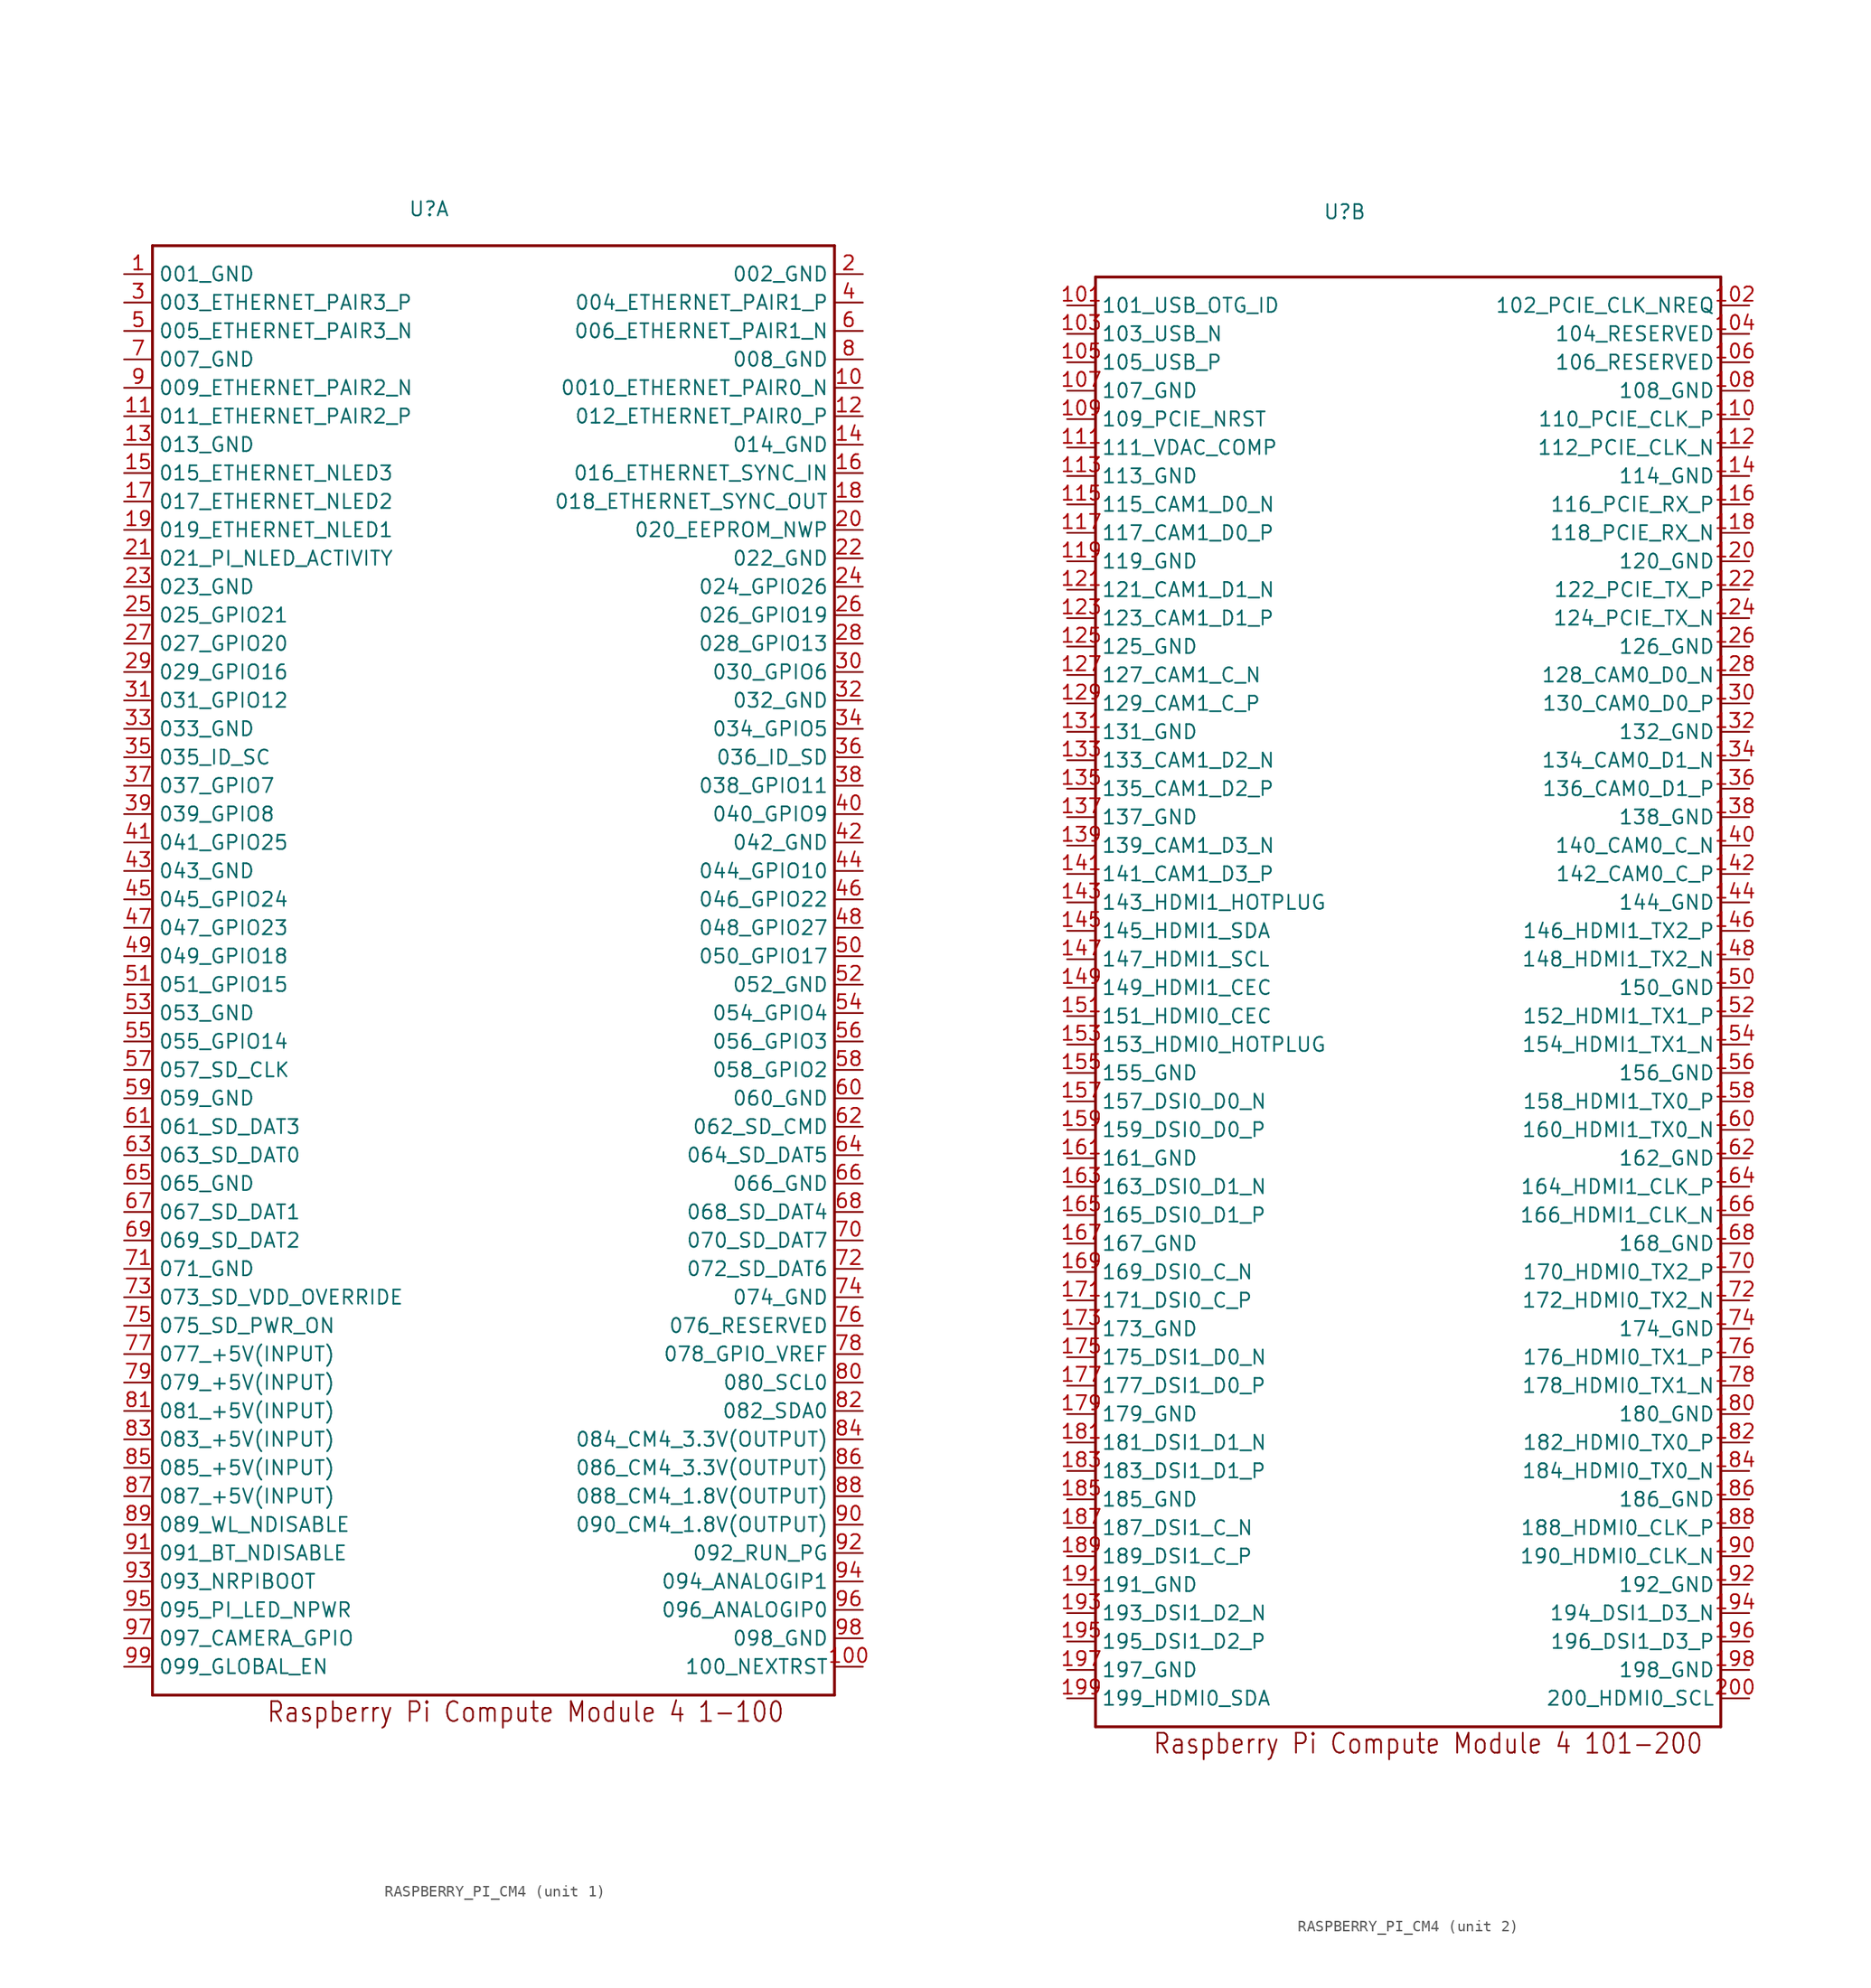
<source format=kicad_sym>
(kicad_symbol_lib
  (version 20211014)
  (generator kicad_symbol_editor)
  (symbol "RASPBERRY_PI_CM4"
    (pin_names)
    (property "Reference" "U"
      (at -7.62 68.58 0)
      (effects (font (size 1.27 1.27)) (justify left bottom)))
    (property "Datasheet" ""
      (at 0 0 0))
    (property "ki_fp_filters" "FlashPCB_DevBoards:RASPBERRY_PI_CM4"
      (at 0 0 0))
    (symbol "RASPBERRY_PI_CM4_1_1"
      (text "Raspberry Pi Compute Module 4 1-100" (at -20.32 -66.04 0) (effects (font (size 1.778 1.52)) (justify left bottom)))
      (polyline (pts (xy -30.48 -63.5) (xy -30.48 66.04)) (stroke (width 0.254)) (fill (type none)))
      (polyline (pts (xy -30.48 66.04) (xy 30.48 66.04)) (stroke (width 0.254)) (fill (type none)))
      (polyline (pts (xy 30.48 66.04) (xy 30.48 -63.5)) (stroke (width 0.254)) (fill (type none)))
      (polyline (pts (xy 30.48 -63.5) (xy -30.48 -63.5)) (stroke (width 0.254)) (fill (type none)))
      (pin bidirectional line (at -33.02 63.5 0) (length 2.54) (name "001_GND" (effects (font (size 1.27 1.27)))) (number "1" (effects (font (size 1.27 1.27)))))
      (pin bidirectional line (at 33.02 63.5 180) (length 2.54) (name "002_GND" (effects (font (size 1.27 1.27)))) (number "2" (effects (font (size 1.27 1.27)))))
      (pin bidirectional line (at -33.02 60.96 0) (length 2.54) (name "003_ETHERNET_PAIR3_P" (effects (font (size 1.27 1.27)))) (number "3" (effects (font (size 1.27 1.27)))))
      (pin bidirectional line (at 33.02 60.96 180) (length 2.54) (name "004_ETHERNET_PAIR1_P" (effects (font (size 1.27 1.27)))) (number "4" (effects (font (size 1.27 1.27)))))
      (pin bidirectional line (at -33.02 58.42 0) (length 2.54) (name "005_ETHERNET_PAIR3_N" (effects (font (size 1.27 1.27)))) (number "5" (effects (font (size 1.27 1.27)))))
      (pin bidirectional line (at 33.02 58.42 180) (length 2.54) (name "006_ETHERNET_PAIR1_N" (effects (font (size 1.27 1.27)))) (number "6" (effects (font (size 1.27 1.27)))))
      (pin bidirectional line (at -33.02 55.88 0) (length 2.54) (name "007_GND" (effects (font (size 1.27 1.27)))) (number "7" (effects (font (size 1.27 1.27)))))
      (pin bidirectional line (at 33.02 55.88 180) (length 2.54) (name "008_GND" (effects (font (size 1.27 1.27)))) (number "8" (effects (font (size 1.27 1.27)))))
      (pin bidirectional line (at -33.02 53.34 0) (length 2.54) (name "009_ETHERNET_PAIR2_N" (effects (font (size 1.27 1.27)))) (number "9" (effects (font (size 1.27 1.27)))))
      (pin bidirectional line (at 33.02 53.34 180) (length 2.54) (name "0010_ETHERNET_PAIR0_N" (effects (font (size 1.27 1.27)))) (number "10" (effects (font (size 1.27 1.27)))))
      (pin bidirectional line (at -33.02 50.8 0) (length 2.54) (name "011_ETHERNET_PAIR2_P" (effects (font (size 1.27 1.27)))) (number "11" (effects (font (size 1.27 1.27)))))
      (pin bidirectional line (at 33.02 50.8 180) (length 2.54) (name "012_ETHERNET_PAIR0_P" (effects (font (size 1.27 1.27)))) (number "12" (effects (font (size 1.27 1.27)))))
      (pin bidirectional line (at -33.02 48.26 0) (length 2.54) (name "013_GND" (effects (font (size 1.27 1.27)))) (number "13" (effects (font (size 1.27 1.27)))))
      (pin bidirectional line (at 33.02 48.26 180) (length 2.54) (name "014_GND" (effects (font (size 1.27 1.27)))) (number "14" (effects (font (size 1.27 1.27)))))
      (pin bidirectional line (at -33.02 45.72 0) (length 2.54) (name "015_ETHERNET_NLED3" (effects (font (size 1.27 1.27)))) (number "15" (effects (font (size 1.27 1.27)))))
      (pin bidirectional line (at 33.02 45.72 180) (length 2.54) (name "016_ETHERNET_SYNC_IN" (effects (font (size 1.27 1.27)))) (number "16" (effects (font (size 1.27 1.27)))))
      (pin bidirectional line (at -33.02 43.18 0) (length 2.54) (name "017_ETHERNET_NLED2" (effects (font (size 1.27 1.27)))) (number "17" (effects (font (size 1.27 1.27)))))
      (pin bidirectional line (at 33.02 43.18 180) (length 2.54) (name "018_ETHERNET_SYNC_OUT" (effects (font (size 1.27 1.27)))) (number "18" (effects (font (size 1.27 1.27)))))
      (pin bidirectional line (at -33.02 40.64 0) (length 2.54) (name "019_ETHERNET_NLED1" (effects (font (size 1.27 1.27)))) (number "19" (effects (font (size 1.27 1.27)))))
      (pin bidirectional line (at 33.02 40.64 180) (length 2.54) (name "020_EEPROM_NWP" (effects (font (size 1.27 1.27)))) (number "20" (effects (font (size 1.27 1.27)))))
      (pin bidirectional line (at -33.02 38.1 0) (length 2.54) (name "021_PI_NLED_ACTIVITY" (effects (font (size 1.27 1.27)))) (number "21" (effects (font (size 1.27 1.27)))))
      (pin bidirectional line (at 33.02 38.1 180) (length 2.54) (name "022_GND" (effects (font (size 1.27 1.27)))) (number "22" (effects (font (size 1.27 1.27)))))
      (pin bidirectional line (at -33.02 35.56 0) (length 2.54) (name "023_GND" (effects (font (size 1.27 1.27)))) (number "23" (effects (font (size 1.27 1.27)))))
      (pin bidirectional line (at 33.02 35.56 180) (length 2.54) (name "024_GPIO26" (effects (font (size 1.27 1.27)))) (number "24" (effects (font (size 1.27 1.27)))))
      (pin bidirectional line (at -33.02 33.02 0) (length 2.54) (name "025_GPIO21" (effects (font (size 1.27 1.27)))) (number "25" (effects (font (size 1.27 1.27)))))
      (pin bidirectional line (at 33.02 33.02 180) (length 2.54) (name "026_GPIO19" (effects (font (size 1.27 1.27)))) (number "26" (effects (font (size 1.27 1.27)))))
      (pin bidirectional line (at -33.02 30.48 0) (length 2.54) (name "027_GPIO20" (effects (font (size 1.27 1.27)))) (number "27" (effects (font (size 1.27 1.27)))))
      (pin bidirectional line (at 33.02 30.48 180) (length 2.54) (name "028_GPIO13" (effects (font (size 1.27 1.27)))) (number "28" (effects (font (size 1.27 1.27)))))
      (pin bidirectional line (at -33.02 27.94 0) (length 2.54) (name "029_GPIO16" (effects (font (size 1.27 1.27)))) (number "29" (effects (font (size 1.27 1.27)))))
      (pin bidirectional line (at 33.02 27.94 180) (length 2.54) (name "030_GPIO6" (effects (font (size 1.27 1.27)))) (number "30" (effects (font (size 1.27 1.27)))))
      (pin bidirectional line (at -33.02 25.4 0) (length 2.54) (name "031_GPIO12" (effects (font (size 1.27 1.27)))) (number "31" (effects (font (size 1.27 1.27)))))
      (pin bidirectional line (at 33.02 25.4 180) (length 2.54) (name "032_GND" (effects (font (size 1.27 1.27)))) (number "32" (effects (font (size 1.27 1.27)))))
      (pin bidirectional line (at -33.02 22.86 0) (length 2.54) (name "033_GND" (effects (font (size 1.27 1.27)))) (number "33" (effects (font (size 1.27 1.27)))))
      (pin bidirectional line (at 33.02 22.86 180) (length 2.54) (name "034_GPIO5" (effects (font (size 1.27 1.27)))) (number "34" (effects (font (size 1.27 1.27)))))
      (pin bidirectional line (at -33.02 20.32 0) (length 2.54) (name "035_ID_SC" (effects (font (size 1.27 1.27)))) (number "35" (effects (font (size 1.27 1.27)))))
      (pin bidirectional line (at 33.02 20.32 180) (length 2.54) (name "036_ID_SD" (effects (font (size 1.27 1.27)))) (number "36" (effects (font (size 1.27 1.27)))))
      (pin bidirectional line (at -33.02 17.78 0) (length 2.54) (name "037_GPIO7" (effects (font (size 1.27 1.27)))) (number "37" (effects (font (size 1.27 1.27)))))
      (pin bidirectional line (at 33.02 17.78 180) (length 2.54) (name "038_GPIO11" (effects (font (size 1.27 1.27)))) (number "38" (effects (font (size 1.27 1.27)))))
      (pin bidirectional line (at -33.02 15.24 0) (length 2.54) (name "039_GPIO8" (effects (font (size 1.27 1.27)))) (number "39" (effects (font (size 1.27 1.27)))))
      (pin bidirectional line (at 33.02 15.24 180) (length 2.54) (name "040_GPIO9" (effects (font (size 1.27 1.27)))) (number "40" (effects (font (size 1.27 1.27)))))
      (pin bidirectional line (at -33.02 12.7 0) (length 2.54) (name "041_GPIO25" (effects (font (size 1.27 1.27)))) (number "41" (effects (font (size 1.27 1.27)))))
      (pin bidirectional line (at 33.02 12.7 180) (length 2.54) (name "042_GND" (effects (font (size 1.27 1.27)))) (number "42" (effects (font (size 1.27 1.27)))))
      (pin bidirectional line (at -33.02 10.16 0) (length 2.54) (name "043_GND" (effects (font (size 1.27 1.27)))) (number "43" (effects (font (size 1.27 1.27)))))
      (pin bidirectional line (at 33.02 10.16 180) (length 2.54) (name "044_GPIO10" (effects (font (size 1.27 1.27)))) (number "44" (effects (font (size 1.27 1.27)))))
      (pin bidirectional line (at -33.02 7.62 0) (length 2.54) (name "045_GPIO24" (effects (font (size 1.27 1.27)))) (number "45" (effects (font (size 1.27 1.27)))))
      (pin bidirectional line (at 33.02 7.62 180) (length 2.54) (name "046_GPIO22" (effects (font (size 1.27 1.27)))) (number "46" (effects (font (size 1.27 1.27)))))
      (pin bidirectional line (at -33.02 5.08 0) (length 2.54) (name "047_GPIO23" (effects (font (size 1.27 1.27)))) (number "47" (effects (font (size 1.27 1.27)))))
      (pin bidirectional line (at 33.02 5.08 180) (length 2.54) (name "048_GPIO27" (effects (font (size 1.27 1.27)))) (number "48" (effects (font (size 1.27 1.27)))))
      (pin bidirectional line (at -33.02 2.54 0) (length 2.54) (name "049_GPIO18" (effects (font (size 1.27 1.27)))) (number "49" (effects (font (size 1.27 1.27)))))
      (pin bidirectional line (at 33.02 2.54 180) (length 2.54) (name "050_GPIO17" (effects (font (size 1.27 1.27)))) (number "50" (effects (font (size 1.27 1.27)))))
      (pin bidirectional line (at -33.02 0 0) (length 2.54) (name "051_GPIO15" (effects (font (size 1.27 1.27)))) (number "51" (effects (font (size 1.27 1.27)))))
      (pin bidirectional line (at 33.02 0 180) (length 2.54) (name "052_GND" (effects (font (size 1.27 1.27)))) (number "52" (effects (font (size 1.27 1.27)))))
      (pin bidirectional line (at -33.02 -2.54 0) (length 2.54) (name "053_GND" (effects (font (size 1.27 1.27)))) (number "53" (effects (font (size 1.27 1.27)))))
      (pin bidirectional line (at 33.02 -2.54 180) (length 2.54) (name "054_GPIO4" (effects (font (size 1.27 1.27)))) (number "54" (effects (font (size 1.27 1.27)))))
      (pin bidirectional line (at -33.02 -5.08 0) (length 2.54) (name "055_GPIO14" (effects (font (size 1.27 1.27)))) (number "55" (effects (font (size 1.27 1.27)))))
      (pin bidirectional line (at 33.02 -5.08 180) (length 2.54) (name "056_GPIO3" (effects (font (size 1.27 1.27)))) (number "56" (effects (font (size 1.27 1.27)))))
      (pin bidirectional line (at -33.02 -7.62 0) (length 2.54) (name "057_SD_CLK" (effects (font (size 1.27 1.27)))) (number "57" (effects (font (size 1.27 1.27)))))
      (pin bidirectional line (at 33.02 -7.62 180) (length 2.54) (name "058_GPIO2" (effects (font (size 1.27 1.27)))) (number "58" (effects (font (size 1.27 1.27)))))
      (pin bidirectional line (at -33.02 -10.16 0) (length 2.54) (name "059_GND" (effects (font (size 1.27 1.27)))) (number "59" (effects (font (size 1.27 1.27)))))
      (pin bidirectional line (at 33.02 -10.16 180) (length 2.54) (name "060_GND" (effects (font (size 1.27 1.27)))) (number "60" (effects (font (size 1.27 1.27)))))
      (pin bidirectional line (at -33.02 -12.7 0) (length 2.54) (name "061_SD_DAT3" (effects (font (size 1.27 1.27)))) (number "61" (effects (font (size 1.27 1.27)))))
      (pin bidirectional line (at 33.02 -12.7 180) (length 2.54) (name "062_SD_CMD" (effects (font (size 1.27 1.27)))) (number "62" (effects (font (size 1.27 1.27)))))
      (pin bidirectional line (at -33.02 -15.24 0) (length 2.54) (name "063_SD_DAT0" (effects (font (size 1.27 1.27)))) (number "63" (effects (font (size 1.27 1.27)))))
      (pin bidirectional line (at 33.02 -15.24 180) (length 2.54) (name "064_SD_DAT5" (effects (font (size 1.27 1.27)))) (number "64" (effects (font (size 1.27 1.27)))))
      (pin bidirectional line (at -33.02 -17.78 0) (length 2.54) (name "065_GND" (effects (font (size 1.27 1.27)))) (number "65" (effects (font (size 1.27 1.27)))))
      (pin bidirectional line (at 33.02 -17.78 180) (length 2.54) (name "066_GND" (effects (font (size 1.27 1.27)))) (number "66" (effects (font (size 1.27 1.27)))))
      (pin bidirectional line (at -33.02 -20.32 0) (length 2.54) (name "067_SD_DAT1" (effects (font (size 1.27 1.27)))) (number "67" (effects (font (size 1.27 1.27)))))
      (pin bidirectional line (at 33.02 -20.32 180) (length 2.54) (name "068_SD_DAT4" (effects (font (size 1.27 1.27)))) (number "68" (effects (font (size 1.27 1.27)))))
      (pin bidirectional line (at -33.02 -22.86 0) (length 2.54) (name "069_SD_DAT2" (effects (font (size 1.27 1.27)))) (number "69" (effects (font (size 1.27 1.27)))))
      (pin bidirectional line (at 33.02 -22.86 180) (length 2.54) (name "070_SD_DAT7" (effects (font (size 1.27 1.27)))) (number "70" (effects (font (size 1.27 1.27)))))
      (pin bidirectional line (at -33.02 -25.4 0) (length 2.54) (name "071_GND" (effects (font (size 1.27 1.27)))) (number "71" (effects (font (size 1.27 1.27)))))
      (pin bidirectional line (at 33.02 -25.4 180) (length 2.54) (name "072_SD_DAT6" (effects (font (size 1.27 1.27)))) (number "72" (effects (font (size 1.27 1.27)))))
      (pin bidirectional line (at -33.02 -27.94 0) (length 2.54) (name "073_SD_VDD_OVERRIDE" (effects (font (size 1.27 1.27)))) (number "73" (effects (font (size 1.27 1.27)))))
      (pin bidirectional line (at 33.02 -27.94 180) (length 2.54) (name "074_GND" (effects (font (size 1.27 1.27)))) (number "74" (effects (font (size 1.27 1.27)))))
      (pin bidirectional line (at -33.02 -30.48 0) (length 2.54) (name "075_SD_PWR_ON" (effects (font (size 1.27 1.27)))) (number "75" (effects (font (size 1.27 1.27)))))
      (pin bidirectional line (at 33.02 -30.48 180) (length 2.54) (name "076_RESERVED" (effects (font (size 1.27 1.27)))) (number "76" (effects (font (size 1.27 1.27)))))
      (pin bidirectional line (at -33.02 -33.02 0) (length 2.54) (name "077_+5V(INPUT)" (effects (font (size 1.27 1.27)))) (number "77" (effects (font (size 1.27 1.27)))))
      (pin bidirectional line (at 33.02 -33.02 180) (length 2.54) (name "078_GPIO_VREF" (effects (font (size 1.27 1.27)))) (number "78" (effects (font (size 1.27 1.27)))))
      (pin bidirectional line (at -33.02 -35.56 0) (length 2.54) (name "079_+5V(INPUT)" (effects (font (size 1.27 1.27)))) (number "79" (effects (font (size 1.27 1.27)))))
      (pin bidirectional line (at 33.02 -35.56 180) (length 2.54) (name "080_SCL0" (effects (font (size 1.27 1.27)))) (number "80" (effects (font (size 1.27 1.27)))))
      (pin bidirectional line (at -33.02 -38.1 0) (length 2.54) (name "081_+5V(INPUT)" (effects (font (size 1.27 1.27)))) (number "81" (effects (font (size 1.27 1.27)))))
      (pin bidirectional line (at 33.02 -38.1 180) (length 2.54) (name "082_SDA0" (effects (font (size 1.27 1.27)))) (number "82" (effects (font (size 1.27 1.27)))))
      (pin bidirectional line (at -33.02 -40.64 0) (length 2.54) (name "083_+5V(INPUT)" (effects (font (size 1.27 1.27)))) (number "83" (effects (font (size 1.27 1.27)))))
      (pin bidirectional line (at 33.02 -40.64 180) (length 2.54) (name "084_CM4_3.3V(OUTPUT)" (effects (font (size 1.27 1.27)))) (number "84" (effects (font (size 1.27 1.27)))))
      (pin bidirectional line (at -33.02 -43.18 0) (length 2.54) (name "085_+5V(INPUT)" (effects (font (size 1.27 1.27)))) (number "85" (effects (font (size 1.27 1.27)))))
      (pin bidirectional line (at 33.02 -43.18 180) (length 2.54) (name "086_CM4_3.3V(OUTPUT)" (effects (font (size 1.27 1.27)))) (number "86" (effects (font (size 1.27 1.27)))))
      (pin bidirectional line (at -33.02 -45.72 0) (length 2.54) (name "087_+5V(INPUT)" (effects (font (size 1.27 1.27)))) (number "87" (effects (font (size 1.27 1.27)))))
      (pin bidirectional line (at 33.02 -45.72 180) (length 2.54) (name "088_CM4_1.8V(OUTPUT)" (effects (font (size 1.27 1.27)))) (number "88" (effects (font (size 1.27 1.27)))))
      (pin bidirectional line (at -33.02 -48.26 0) (length 2.54) (name "089_WL_NDISABLE" (effects (font (size 1.27 1.27)))) (number "89" (effects (font (size 1.27 1.27)))))
      (pin bidirectional line (at 33.02 -48.26 180) (length 2.54) (name "090_CM4_1.8V(OUTPUT)" (effects (font (size 1.27 1.27)))) (number "90" (effects (font (size 1.27 1.27)))))
      (pin bidirectional line (at -33.02 -50.8 0) (length 2.54) (name "091_BT_NDISABLE" (effects (font (size 1.27 1.27)))) (number "91" (effects (font (size 1.27 1.27)))))
      (pin bidirectional line (at 33.02 -50.8 180) (length 2.54) (name "092_RUN_PG" (effects (font (size 1.27 1.27)))) (number "92" (effects (font (size 1.27 1.27)))))
      (pin bidirectional line (at -33.02 -53.34 0) (length 2.54) (name "093_NRPIBOOT" (effects (font (size 1.27 1.27)))) (number "93" (effects (font (size 1.27 1.27)))))
      (pin bidirectional line (at 33.02 -53.34 180) (length 2.54) (name "094_ANALOGIP1" (effects (font (size 1.27 1.27)))) (number "94" (effects (font (size 1.27 1.27)))))
      (pin bidirectional line (at -33.02 -55.88 0) (length 2.54) (name "095_PI_LED_NPWR" (effects (font (size 1.27 1.27)))) (number "95" (effects (font (size 1.27 1.27)))))
      (pin bidirectional line (at 33.02 -55.88 180) (length 2.54) (name "096_ANALOGIP0" (effects (font (size 1.27 1.27)))) (number "96" (effects (font (size 1.27 1.27)))))
      (pin bidirectional line (at -33.02 -58.42 0) (length 2.54) (name "097_CAMERA_GPIO" (effects (font (size 1.27 1.27)))) (number "97" (effects (font (size 1.27 1.27)))))
      (pin bidirectional line (at 33.02 -58.42 180) (length 2.54) (name "098_GND" (effects (font (size 1.27 1.27)))) (number "98" (effects (font (size 1.27 1.27)))))
      (pin bidirectional line (at -33.02 -60.96 0) (length 2.54) (name "099_GLOBAL_EN" (effects (font (size 1.27 1.27)))) (number "99" (effects (font (size 1.27 1.27)))))
      (pin bidirectional line (at 33.02 -60.96 180) (length 2.54) (name "100_NEXTRST" (effects (font (size 1.27 1.27)))) (number "100" (effects (font (size 1.27 1.27))))))
    (symbol "RASPBERRY_PI_CM4_2_1"
      (text "Raspberry Pi Compute Module 4 101-200" (at -22.86 -68.58 0) (effects (font (size 1.778 1.52)) (justify left bottom)))
      (polyline (pts (xy -27.94 -66.04) (xy -27.94 63.5)) (stroke (width 0.254)) (fill (type none)))
      (polyline (pts (xy -27.94 63.5) (xy 27.94 63.5)) (stroke (width 0.254)) (fill (type none)))
      (polyline (pts (xy 27.94 63.5) (xy 27.94 -66.04)) (stroke (width 0.254)) (fill (type none)))
      (polyline (pts (xy 27.94 -66.04) (xy -27.94 -66.04)) (stroke (width 0.254)) (fill (type none)))
      (pin bidirectional line (at -30.48 60.96 0) (length 2.54) (name "101_USB_OTG_ID" (effects (font (size 1.27 1.27)))) (number "101" (effects (font (size 1.27 1.27)))))
      (pin bidirectional line (at 30.48 60.96 180) (length 2.54) (name "102_PCIE_CLK_NREQ" (effects (font (size 1.27 1.27)))) (number "102" (effects (font (size 1.27 1.27)))))
      (pin bidirectional line (at -30.48 58.42 0) (length 2.54) (name "103_USB_N" (effects (font (size 1.27 1.27)))) (number "103" (effects (font (size 1.27 1.27)))))
      (pin bidirectional line (at 30.48 58.42 180) (length 2.54) (name "104_RESERVED" (effects (font (size 1.27 1.27)))) (number "104" (effects (font (size 1.27 1.27)))))
      (pin bidirectional line (at -30.48 55.88 0) (length 2.54) (name "105_USB_P" (effects (font (size 1.27 1.27)))) (number "105" (effects (font (size 1.27 1.27)))))
      (pin bidirectional line (at 30.48 55.88 180) (length 2.54) (name "106_RESERVED" (effects (font (size 1.27 1.27)))) (number "106" (effects (font (size 1.27 1.27)))))
      (pin bidirectional line (at -30.48 53.34 0) (length 2.54) (name "107_GND" (effects (font (size 1.27 1.27)))) (number "107" (effects (font (size 1.27 1.27)))))
      (pin bidirectional line (at 30.48 53.34 180) (length 2.54) (name "108_GND" (effects (font (size 1.27 1.27)))) (number "108" (effects (font (size 1.27 1.27)))))
      (pin bidirectional line (at -30.48 50.8 0) (length 2.54) (name "109_PCIE_NRST" (effects (font (size 1.27 1.27)))) (number "109" (effects (font (size 1.27 1.27)))))
      (pin bidirectional line (at 30.48 50.8 180) (length 2.54) (name "110_PCIE_CLK_P" (effects (font (size 1.27 1.27)))) (number "110" (effects (font (size 1.27 1.27)))))
      (pin bidirectional line (at -30.48 48.26 0) (length 2.54) (name "111_VDAC_COMP" (effects (font (size 1.27 1.27)))) (number "111" (effects (font (size 1.27 1.27)))))
      (pin bidirectional line (at 30.48 48.26 180) (length 2.54) (name "112_PCIE_CLK_N" (effects (font (size 1.27 1.27)))) (number "112" (effects (font (size 1.27 1.27)))))
      (pin bidirectional line (at -30.48 45.72 0) (length 2.54) (name "113_GND" (effects (font (size 1.27 1.27)))) (number "113" (effects (font (size 1.27 1.27)))))
      (pin bidirectional line (at 30.48 45.72 180) (length 2.54) (name "114_GND" (effects (font (size 1.27 1.27)))) (number "114" (effects (font (size 1.27 1.27)))))
      (pin bidirectional line (at -30.48 43.18 0) (length 2.54) (name "115_CAM1_D0_N" (effects (font (size 1.27 1.27)))) (number "115" (effects (font (size 1.27 1.27)))))
      (pin bidirectional line (at 30.48 43.18 180) (length 2.54) (name "116_PCIE_RX_P" (effects (font (size 1.27 1.27)))) (number "116" (effects (font (size 1.27 1.27)))))
      (pin bidirectional line (at -30.48 40.64 0) (length 2.54) (name "117_CAM1_D0_P" (effects (font (size 1.27 1.27)))) (number "117" (effects (font (size 1.27 1.27)))))
      (pin bidirectional line (at 30.48 40.64 180) (length 2.54) (name "118_PCIE_RX_N" (effects (font (size 1.27 1.27)))) (number "118" (effects (font (size 1.27 1.27)))))
      (pin bidirectional line (at -30.48 38.1 0) (length 2.54) (name "119_GND" (effects (font (size 1.27 1.27)))) (number "119" (effects (font (size 1.27 1.27)))))
      (pin bidirectional line (at 30.48 38.1 180) (length 2.54) (name "120_GND" (effects (font (size 1.27 1.27)))) (number "120" (effects (font (size 1.27 1.27)))))
      (pin bidirectional line (at -30.48 35.56 0) (length 2.54) (name "121_CAM1_D1_N" (effects (font (size 1.27 1.27)))) (number "121" (effects (font (size 1.27 1.27)))))
      (pin bidirectional line (at 30.48 35.56 180) (length 2.54) (name "122_PCIE_TX_P" (effects (font (size 1.27 1.27)))) (number "122" (effects (font (size 1.27 1.27)))))
      (pin bidirectional line (at -30.48 33.02 0) (length 2.54) (name "123_CAM1_D1_P" (effects (font (size 1.27 1.27)))) (number "123" (effects (font (size 1.27 1.27)))))
      (pin bidirectional line (at 30.48 33.02 180) (length 2.54) (name "124_PCIE_TX_N" (effects (font (size 1.27 1.27)))) (number "124" (effects (font (size 1.27 1.27)))))
      (pin bidirectional line (at -30.48 30.48 0) (length 2.54) (name "125_GND" (effects (font (size 1.27 1.27)))) (number "125" (effects (font (size 1.27 1.27)))))
      (pin bidirectional line (at 30.48 30.48 180) (length 2.54) (name "126_GND" (effects (font (size 1.27 1.27)))) (number "126" (effects (font (size 1.27 1.27)))))
      (pin bidirectional line (at -30.48 27.94 0) (length 2.54) (name "127_CAM1_C_N" (effects (font (size 1.27 1.27)))) (number "127" (effects (font (size 1.27 1.27)))))
      (pin bidirectional line (at 30.48 27.94 180) (length 2.54) (name "128_CAM0_D0_N" (effects (font (size 1.27 1.27)))) (number "128" (effects (font (size 1.27 1.27)))))
      (pin bidirectional line (at -30.48 25.4 0) (length 2.54) (name "129_CAM1_C_P" (effects (font (size 1.27 1.27)))) (number "129" (effects (font (size 1.27 1.27)))))
      (pin bidirectional line (at 30.48 25.4 180) (length 2.54) (name "130_CAM0_D0_P" (effects (font (size 1.27 1.27)))) (number "130" (effects (font (size 1.27 1.27)))))
      (pin bidirectional line (at -30.48 22.86 0) (length 2.54) (name "131_GND" (effects (font (size 1.27 1.27)))) (number "131" (effects (font (size 1.27 1.27)))))
      (pin bidirectional line (at 30.48 22.86 180) (length 2.54) (name "132_GND" (effects (font (size 1.27 1.27)))) (number "132" (effects (font (size 1.27 1.27)))))
      (pin bidirectional line (at -30.48 20.32 0) (length 2.54) (name "133_CAM1_D2_N" (effects (font (size 1.27 1.27)))) (number "133" (effects (font (size 1.27 1.27)))))
      (pin bidirectional line (at 30.48 20.32 180) (length 2.54) (name "134_CAM0_D1_N" (effects (font (size 1.27 1.27)))) (number "134" (effects (font (size 1.27 1.27)))))
      (pin bidirectional line (at -30.48 17.78 0) (length 2.54) (name "135_CAM1_D2_P" (effects (font (size 1.27 1.27)))) (number "135" (effects (font (size 1.27 1.27)))))
      (pin bidirectional line (at 30.48 17.78 180) (length 2.54) (name "136_CAM0_D1_P" (effects (font (size 1.27 1.27)))) (number "136" (effects (font (size 1.27 1.27)))))
      (pin bidirectional line (at -30.48 15.24 0) (length 2.54) (name "137_GND" (effects (font (size 1.27 1.27)))) (number "137" (effects (font (size 1.27 1.27)))))
      (pin bidirectional line (at 30.48 15.24 180) (length 2.54) (name "138_GND" (effects (font (size 1.27 1.27)))) (number "138" (effects (font (size 1.27 1.27)))))
      (pin bidirectional line (at -30.48 12.7 0) (length 2.54) (name "139_CAM1_D3_N" (effects (font (size 1.27 1.27)))) (number "139" (effects (font (size 1.27 1.27)))))
      (pin bidirectional line (at 30.48 12.7 180) (length 2.54) (name "140_CAM0_C_N" (effects (font (size 1.27 1.27)))) (number "140" (effects (font (size 1.27 1.27)))))
      (pin bidirectional line (at -30.48 10.16 0) (length 2.54) (name "141_CAM1_D3_P" (effects (font (size 1.27 1.27)))) (number "141" (effects (font (size 1.27 1.27)))))
      (pin bidirectional line (at 30.48 10.16 180) (length 2.54) (name "142_CAM0_C_P" (effects (font (size 1.27 1.27)))) (number "142" (effects (font (size 1.27 1.27)))))
      (pin bidirectional line (at -30.48 7.62 0) (length 2.54) (name "143_HDMI1_HOTPLUG" (effects (font (size 1.27 1.27)))) (number "143" (effects (font (size 1.27 1.27)))))
      (pin bidirectional line (at 30.48 7.62 180) (length 2.54) (name "144_GND" (effects (font (size 1.27 1.27)))) (number "144" (effects (font (size 1.27 1.27)))))
      (pin bidirectional line (at -30.48 5.08 0) (length 2.54) (name "145_HDMI1_SDA" (effects (font (size 1.27 1.27)))) (number "145" (effects (font (size 1.27 1.27)))))
      (pin bidirectional line (at 30.48 5.08 180) (length 2.54) (name "146_HDMI1_TX2_P" (effects (font (size 1.27 1.27)))) (number "146" (effects (font (size 1.27 1.27)))))
      (pin bidirectional line (at -30.48 2.54 0) (length 2.54) (name "147_HDMI1_SCL" (effects (font (size 1.27 1.27)))) (number "147" (effects (font (size 1.27 1.27)))))
      (pin bidirectional line (at 30.48 2.54 180) (length 2.54) (name "148_HDMI1_TX2_N" (effects (font (size 1.27 1.27)))) (number "148" (effects (font (size 1.27 1.27)))))
      (pin bidirectional line (at -30.48 0 0) (length 2.54) (name "149_HDMI1_CEC" (effects (font (size 1.27 1.27)))) (number "149" (effects (font (size 1.27 1.27)))))
      (pin bidirectional line (at 30.48 0 180) (length 2.54) (name "150_GND" (effects (font (size 1.27 1.27)))) (number "150" (effects (font (size 1.27 1.27)))))
      (pin bidirectional line (at -30.48 -2.54 0) (length 2.54) (name "151_HDMI0_CEC" (effects (font (size 1.27 1.27)))) (number "151" (effects (font (size 1.27 1.27)))))
      (pin bidirectional line (at 30.48 -2.54 180) (length 2.54) (name "152_HDMI1_TX1_P" (effects (font (size 1.27 1.27)))) (number "152" (effects (font (size 1.27 1.27)))))
      (pin bidirectional line (at -30.48 -5.08 0) (length 2.54) (name "153_HDMI0_HOTPLUG" (effects (font (size 1.27 1.27)))) (number "153" (effects (font (size 1.27 1.27)))))
      (pin bidirectional line (at 30.48 -5.08 180) (length 2.54) (name "154_HDMI1_TX1_N" (effects (font (size 1.27 1.27)))) (number "154" (effects (font (size 1.27 1.27)))))
      (pin bidirectional line (at -30.48 -7.62 0) (length 2.54) (name "155_GND" (effects (font (size 1.27 1.27)))) (number "155" (effects (font (size 1.27 1.27)))))
      (pin bidirectional line (at 30.48 -7.62 180) (length 2.54) (name "156_GND" (effects (font (size 1.27 1.27)))) (number "156" (effects (font (size 1.27 1.27)))))
      (pin bidirectional line (at -30.48 -10.16 0) (length 2.54) (name "157_DSI0_D0_N" (effects (font (size 1.27 1.27)))) (number "157" (effects (font (size 1.27 1.27)))))
      (pin bidirectional line (at 30.48 -10.16 180) (length 2.54) (name "158_HDMI1_TX0_P" (effects (font (size 1.27 1.27)))) (number "158" (effects (font (size 1.27 1.27)))))
      (pin bidirectional line (at -30.48 -12.7 0) (length 2.54) (name "159_DSI0_D0_P" (effects (font (size 1.27 1.27)))) (number "159" (effects (font (size 1.27 1.27)))))
      (pin bidirectional line (at 30.48 -12.7 180) (length 2.54) (name "160_HDMI1_TX0_N" (effects (font (size 1.27 1.27)))) (number "160" (effects (font (size 1.27 1.27)))))
      (pin bidirectional line (at -30.48 -15.24 0) (length 2.54) (name "161_GND" (effects (font (size 1.27 1.27)))) (number "161" (effects (font (size 1.27 1.27)))))
      (pin bidirectional line (at 30.48 -15.24 180) (length 2.54) (name "162_GND" (effects (font (size 1.27 1.27)))) (number "162" (effects (font (size 1.27 1.27)))))
      (pin bidirectional line (at -30.48 -17.78 0) (length 2.54) (name "163_DSI0_D1_N" (effects (font (size 1.27 1.27)))) (number "163" (effects (font (size 1.27 1.27)))))
      (pin bidirectional line (at 30.48 -17.78 180) (length 2.54) (name "164_HDMI1_CLK_P" (effects (font (size 1.27 1.27)))) (number "164" (effects (font (size 1.27 1.27)))))
      (pin bidirectional line (at -30.48 -20.32 0) (length 2.54) (name "165_DSI0_D1_P" (effects (font (size 1.27 1.27)))) (number "165" (effects (font (size 1.27 1.27)))))
      (pin bidirectional line (at 30.48 -20.32 180) (length 2.54) (name "166_HDMI1_CLK_N" (effects (font (size 1.27 1.27)))) (number "166" (effects (font (size 1.27 1.27)))))
      (pin bidirectional line (at -30.48 -22.86 0) (length 2.54) (name "167_GND" (effects (font (size 1.27 1.27)))) (number "167" (effects (font (size 1.27 1.27)))))
      (pin bidirectional line (at 30.48 -22.86 180) (length 2.54) (name "168_GND" (effects (font (size 1.27 1.27)))) (number "168" (effects (font (size 1.27 1.27)))))
      (pin bidirectional line (at -30.48 -25.4 0) (length 2.54) (name "169_DSI0_C_N" (effects (font (size 1.27 1.27)))) (number "169" (effects (font (size 1.27 1.27)))))
      (pin bidirectional line (at 30.48 -25.4 180) (length 2.54) (name "170_HDMI0_TX2_P" (effects (font (size 1.27 1.27)))) (number "170" (effects (font (size 1.27 1.27)))))
      (pin bidirectional line (at -30.48 -27.94 0) (length 2.54) (name "171_DSI0_C_P" (effects (font (size 1.27 1.27)))) (number "171" (effects (font (size 1.27 1.27)))))
      (pin bidirectional line (at 30.48 -27.94 180) (length 2.54) (name "172_HDMI0_TX2_N" (effects (font (size 1.27 1.27)))) (number "172" (effects (font (size 1.27 1.27)))))
      (pin bidirectional line (at -30.48 -30.48 0) (length 2.54) (name "173_GND" (effects (font (size 1.27 1.27)))) (number "173" (effects (font (size 1.27 1.27)))))
      (pin bidirectional line (at 30.48 -30.48 180) (length 2.54) (name "174_GND" (effects (font (size 1.27 1.27)))) (number "174" (effects (font (size 1.27 1.27)))))
      (pin bidirectional line (at -30.48 -33.02 0) (length 2.54) (name "175_DSI1_D0_N" (effects (font (size 1.27 1.27)))) (number "175" (effects (font (size 1.27 1.27)))))
      (pin bidirectional line (at 30.48 -33.02 180) (length 2.54) (name "176_HDMI0_TX1_P" (effects (font (size 1.27 1.27)))) (number "176" (effects (font (size 1.27 1.27)))))
      (pin bidirectional line (at -30.48 -35.56 0) (length 2.54) (name "177_DSI1_D0_P" (effects (font (size 1.27 1.27)))) (number "177" (effects (font (size 1.27 1.27)))))
      (pin bidirectional line (at 30.48 -35.56 180) (length 2.54) (name "178_HDMI0_TX1_N" (effects (font (size 1.27 1.27)))) (number "178" (effects (font (size 1.27 1.27)))))
      (pin bidirectional line (at -30.48 -38.1 0) (length 2.54) (name "179_GND" (effects (font (size 1.27 1.27)))) (number "179" (effects (font (size 1.27 1.27)))))
      (pin bidirectional line (at 30.48 -38.1 180) (length 2.54) (name "180_GND" (effects (font (size 1.27 1.27)))) (number "180" (effects (font (size 1.27 1.27)))))
      (pin bidirectional line (at -30.48 -40.64 0) (length 2.54) (name "181_DSI1_D1_N" (effects (font (size 1.27 1.27)))) (number "181" (effects (font (size 1.27 1.27)))))
      (pin bidirectional line (at 30.48 -40.64 180) (length 2.54) (name "182_HDMI0_TX0_P" (effects (font (size 1.27 1.27)))) (number "182" (effects (font (size 1.27 1.27)))))
      (pin bidirectional line (at -30.48 -43.18 0) (length 2.54) (name "183_DSI1_D1_P" (effects (font (size 1.27 1.27)))) (number "183" (effects (font (size 1.27 1.27)))))
      (pin bidirectional line (at 30.48 -43.18 180) (length 2.54) (name "184_HDMI0_TX0_N" (effects (font (size 1.27 1.27)))) (number "184" (effects (font (size 1.27 1.27)))))
      (pin bidirectional line (at -30.48 -45.72 0) (length 2.54) (name "185_GND" (effects (font (size 1.27 1.27)))) (number "185" (effects (font (size 1.27 1.27)))))
      (pin bidirectional line (at 30.48 -45.72 180) (length 2.54) (name "186_GND" (effects (font (size 1.27 1.27)))) (number "186" (effects (font (size 1.27 1.27)))))
      (pin bidirectional line (at -30.48 -48.26 0) (length 2.54) (name "187_DSI1_C_N" (effects (font (size 1.27 1.27)))) (number "187" (effects (font (size 1.27 1.27)))))
      (pin bidirectional line (at 30.48 -48.26 180) (length 2.54) (name "188_HDMI0_CLK_P" (effects (font (size 1.27 1.27)))) (number "188" (effects (font (size 1.27 1.27)))))
      (pin bidirectional line (at -30.48 -50.8 0) (length 2.54) (name "189_DSI1_C_P" (effects (font (size 1.27 1.27)))) (number "189" (effects (font (size 1.27 1.27)))))
      (pin bidirectional line (at 30.48 -50.8 180) (length 2.54) (name "190_HDMI0_CLK_N" (effects (font (size 1.27 1.27)))) (number "190" (effects (font (size 1.27 1.27)))))
      (pin bidirectional line (at -30.48 -53.34 0) (length 2.54) (name "191_GND" (effects (font (size 1.27 1.27)))) (number "191" (effects (font (size 1.27 1.27)))))
      (pin bidirectional line (at 30.48 -53.34 180) (length 2.54) (name "192_GND" (effects (font (size 1.27 1.27)))) (number "192" (effects (font (size 1.27 1.27)))))
      (pin bidirectional line (at -30.48 -55.88 0) (length 2.54) (name "193_DSI1_D2_N" (effects (font (size 1.27 1.27)))) (number "193" (effects (font (size 1.27 1.27)))))
      (pin bidirectional line (at 30.48 -55.88 180) (length 2.54) (name "194_DSI1_D3_N" (effects (font (size 1.27 1.27)))) (number "194" (effects (font (size 1.27 1.27)))))
      (pin bidirectional line (at -30.48 -58.42 0) (length 2.54) (name "195_DSI1_D2_P" (effects (font (size 1.27 1.27)))) (number "195" (effects (font (size 1.27 1.27)))))
      (pin bidirectional line (at 30.48 -58.42 180) (length 2.54) (name "196_DSI1_D3_P" (effects (font (size 1.27 1.27)))) (number "196" (effects (font (size 1.27 1.27)))))
      (pin bidirectional line (at -30.48 -60.96 0) (length 2.54) (name "197_GND" (effects (font (size 1.27 1.27)))) (number "197" (effects (font (size 1.27 1.27)))))
      (pin bidirectional line (at 30.48 -60.96 180) (length 2.54) (name "198_GND" (effects (font (size 1.27 1.27)))) (number "198" (effects (font (size 1.27 1.27)))))
      (pin bidirectional line (at -30.48 -63.5 0) (length 2.54) (name "199_HDMI0_SDA" (effects (font (size 1.27 1.27)))) (number "199" (effects (font (size 1.27 1.27)))))
      (pin bidirectional line (at 30.48 -63.5 180) (length 2.54) (name "200_HDMI0_SCL" (effects (font (size 1.27 1.27)))) (number "200" (effects (font (size 1.27 1.27))))))))
</source>
